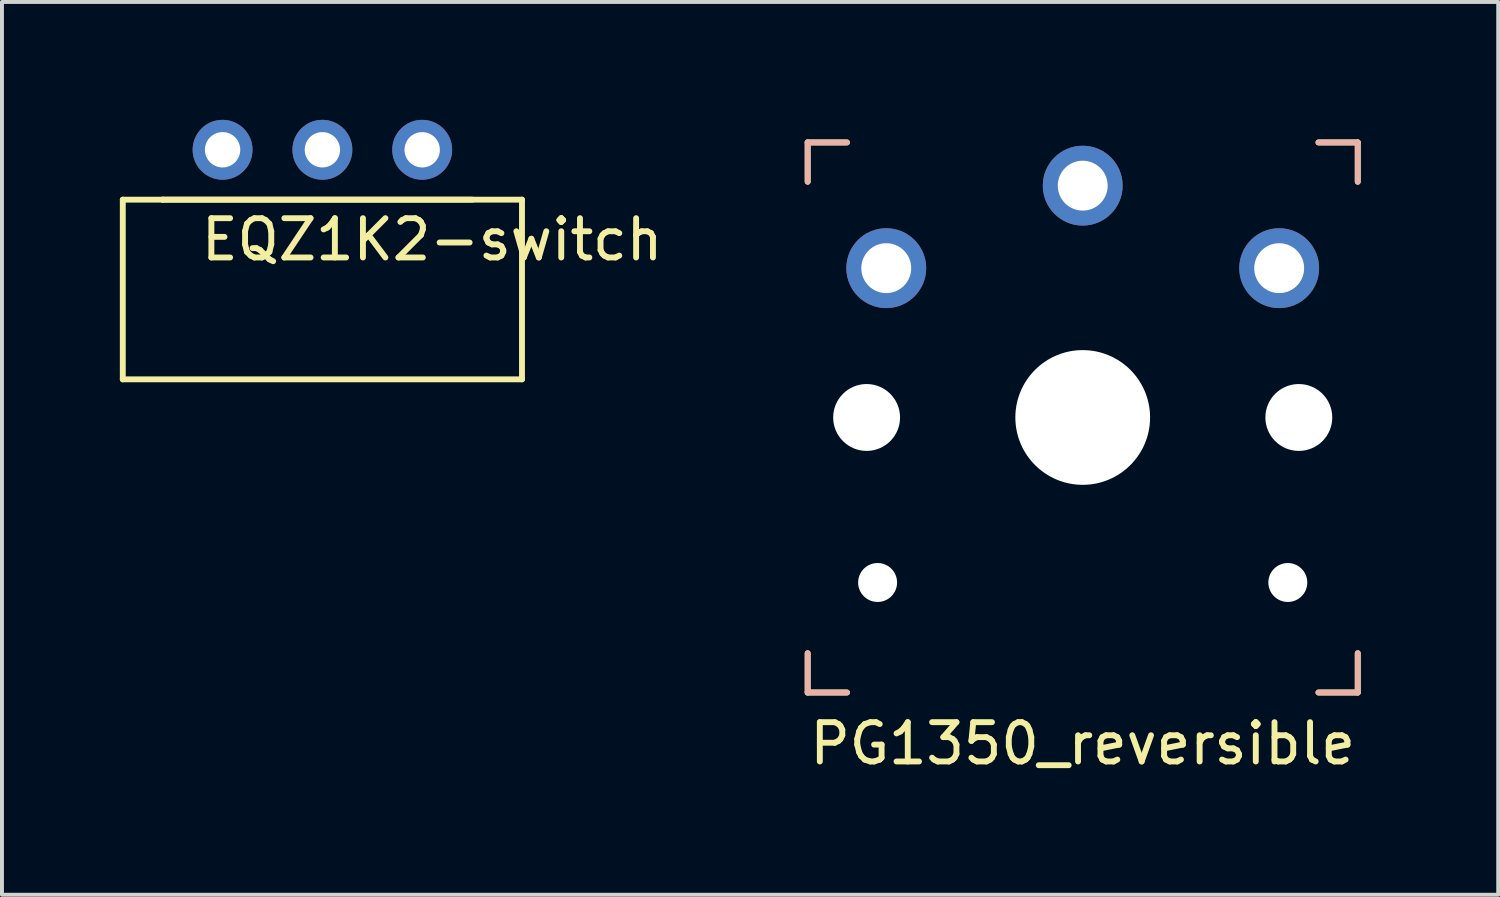
<source format=kicad_pcb>
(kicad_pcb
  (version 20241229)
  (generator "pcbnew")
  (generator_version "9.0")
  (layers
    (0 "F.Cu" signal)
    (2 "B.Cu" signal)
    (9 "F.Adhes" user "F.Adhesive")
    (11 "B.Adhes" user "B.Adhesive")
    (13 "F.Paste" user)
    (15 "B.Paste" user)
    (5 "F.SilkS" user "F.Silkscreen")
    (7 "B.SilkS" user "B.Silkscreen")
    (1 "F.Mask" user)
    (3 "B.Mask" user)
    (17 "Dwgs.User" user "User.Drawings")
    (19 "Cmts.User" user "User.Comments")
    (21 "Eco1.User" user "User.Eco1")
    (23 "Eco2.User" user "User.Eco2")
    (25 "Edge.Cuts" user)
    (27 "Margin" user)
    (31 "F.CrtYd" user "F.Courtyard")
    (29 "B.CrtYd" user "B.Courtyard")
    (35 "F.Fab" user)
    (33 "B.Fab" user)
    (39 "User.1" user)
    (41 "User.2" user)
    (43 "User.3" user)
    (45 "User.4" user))
  (footprint "EQZ1K2-switch"
    (layer "F.Cu")
    (at 4.901 4.318)
    (property "Reference" "EQZ1K2-switch" (at 3.048 -1.27 0) (layer "F.SilkS") (effects (font (size 1 1) (thickness 0.15))))
    (attr through_hole)
    (fp_line (start -4.826 -2.286) (end -3.81 -2.286) (stroke (width 0.15) (type solid)) (layer "F.SilkS"))
    (fp_line (start -4.826 2.286) (end -4.826 -2.286) (stroke (width 0.15) (type solid)) (layer "F.SilkS"))
    (fp_line (start -3.81 -2.286) (end 4.064 -2.286) (stroke (width 0.15) (type solid)) (layer "F.SilkS"))
    (fp_line (start -3.81 -2.286) (end 5.334 -2.286) (stroke (width 0.15) (type solid)) (layer "F.SilkS"))
    (fp_line (start 5.334 -2.286) (end 5.334 2.286) (stroke (width 0.15) (type solid)) (layer "F.SilkS"))
    (fp_line (start 5.334 2.286) (end -4.826 2.286) (stroke (width 0.15) (type solid)) (layer "F.SilkS"))
    (pad "1" thru_hole circle (at -2.286 -3.556) (size 1.524 1.524) (drill 0.9) (layers "*.Cu" "*.Mask"))
    (pad "2" thru_hole circle (at 0.254 -3.556) (size 1.524 1.524) (drill 0.9) (layers "*.Cu" "*.Mask"))
    (pad "3" thru_hole circle (at 2.794 -3.556) (size 1.524 1.524) (drill 0.9) (layers "*.Cu" "*.Mask")))
  (footprint "PG1350_reversible"
    (layer "F.Cu")
    (at 24.506 7.575)
    (property "Reference" "PG1350_reversible" (at 0 8.3 0) (layer "F.SilkS") (effects (font (size 1 1) (thickness 0.15))))
    (attr through_hole)
    (fp_line (start -7 -7) (end -6 -7) (stroke (width 0.15) (type solid)) (layer "F.SilkS"))
    (fp_line (start -7 -6) (end -7 -7) (stroke (width 0.15) (type solid)) (layer "F.SilkS"))
    (fp_line (start -7 7) (end -7 6) (stroke (width 0.15) (type solid)) (layer "F.SilkS"))
    (fp_line (start -6 7) (end -7 7) (stroke (width 0.15) (type solid)) (layer "F.SilkS"))
    (fp_line (start 6 -7) (end 7 -7) (stroke (width 0.15) (type solid)) (layer "F.SilkS"))
    (fp_line (start 7 -7) (end 7 -6) (stroke (width 0.15) (type solid)) (layer "F.SilkS"))
    (fp_line (start 7 6) (end 7 7) (stroke (width 0.15) (type solid)) (layer "F.SilkS"))
    (fp_line (start 7 7) (end 6 7) (stroke (width 0.15) (type solid)) (layer "F.SilkS"))
    (fp_line (start -7 -7) (end -6 -7) (stroke (width 0.15) (type solid)) (layer "B.SilkS"))
    (fp_line (start -7 -6) (end -7 -7) (stroke (width 0.15) (type solid)) (layer "B.SilkS"))
    (fp_line (start -7 7) (end -7 6) (stroke (width 0.15) (type solid)) (layer "B.SilkS"))
    (fp_line (start -6 7) (end -7 7) (stroke (width 0.15) (type solid)) (layer "B.SilkS"))
    (fp_line (start 6 -7) (end 7 -7) (stroke (width 0.15) (type solid)) (layer "B.SilkS"))
    (fp_line (start 7 -7) (end 7 -6) (stroke (width 0.15) (type solid)) (layer "B.SilkS"))
    (fp_line (start 7 6) (end 7 7) (stroke (width 0.15) (type solid)) (layer "B.SilkS"))
    (fp_line (start 7 7) (end 6 7) (stroke (width 0.15) (type solid)) (layer "B.SilkS"))
    (fp_line (start -7.5 -7.5) (end 7.5 -7.5) (stroke (width 0.15) (type solid)) (layer "Eco2.User"))
    (fp_line (start -7.5 7.5) (end -7.5 -7.5) (stroke (width 0.15) (type solid)) (layer "Eco2.User"))
    (fp_line (start -6.9 6.9) (end -6.9 -6.9) (stroke (width 0.15) (type solid)) (layer "Eco2.User"))
    (fp_line (start -6.9 6.9) (end 6.9 6.9) (stroke (width 0.15) (type solid)) (layer "Eco2.User"))
    (fp_line (start -2.6 3.1) (end -2.6 6.3) (stroke (width 0.15) (type solid)) (layer "Eco2.User"))
    (fp_line (start -2.6 6.3) (end 2.6 6.3) (stroke (width 0.15) (type solid)) (layer "Eco2.User"))
    (fp_line (start 2.6 3.1) (end -2.6 3.1) (stroke (width 0.15) (type solid)) (layer "Eco2.User"))
    (fp_line (start 2.6 3.1) (end 2.6 6.3) (stroke (width 0.15) (type solid)) (layer "Eco2.User"))
    (fp_line (start 6.9 -6.9) (end -6.9 -6.9) (stroke (width 0.15) (type solid)) (layer "Eco2.User"))
    (fp_line (start 6.9 -6.9) (end 6.9 6.9) (stroke (width 0.15) (type solid)) (layer "Eco2.User"))
    (fp_line (start 7.5 -7.5) (end 7.5 7.5) (stroke (width 0.15) (type solid)) (layer "Eco2.User"))
    (fp_line (start 7.5 7.5) (end -7.5 7.5) (stroke (width 0.15) (type solid)) (layer "Eco2.User"))
    (pad "" np_thru_hole circle (at -5.5 0 180) (size 1.702 1.702) (drill 1.702) (layers "*.Cu" "*.Mask"))
    (pad "" np_thru_hole circle (at -5.22 4.2 180) (size 0.991 0.991) (drill 0.991) (layers "*.Cu" "*.Mask"))
    (pad "" np_thru_hole circle (at 0 0 180) (size 3.429 3.429) (drill 3.429) (layers "*.Cu" "*.Mask"))
    (pad "" np_thru_hole circle (at 5.22 4.2 180) (size 0.991 0.991) (drill 0.991) (layers "*.Cu" "*.Mask"))
    (pad "" np_thru_hole circle (at 5.5 0 180) (size 1.702 1.702) (drill 1.702) (layers "*.Cu" "*.Mask"))
    (pad "1" thru_hole circle (at -5 -3.8 180) (size 2.032 2.032) (drill 1.27) (layers "*.Cu" "*.Mask"))
    (pad "1" thru_hole circle (at 5 -3.8 180) (size 2.032 2.032) (drill 1.27) (layers "*.Cu" "*.Mask"))
    (pad "2" thru_hole circle (at 0 -5.9 180) (size 2.032 2.032) (drill 1.27) (layers "*.Cu" "*.Mask")))
  (gr_rect
    (start -3 -3)
    (end 35.081 19.723)
    (stroke (width 0.1) (type default))
    (fill no)
    (layer "Edge.Cuts")))
</source>
